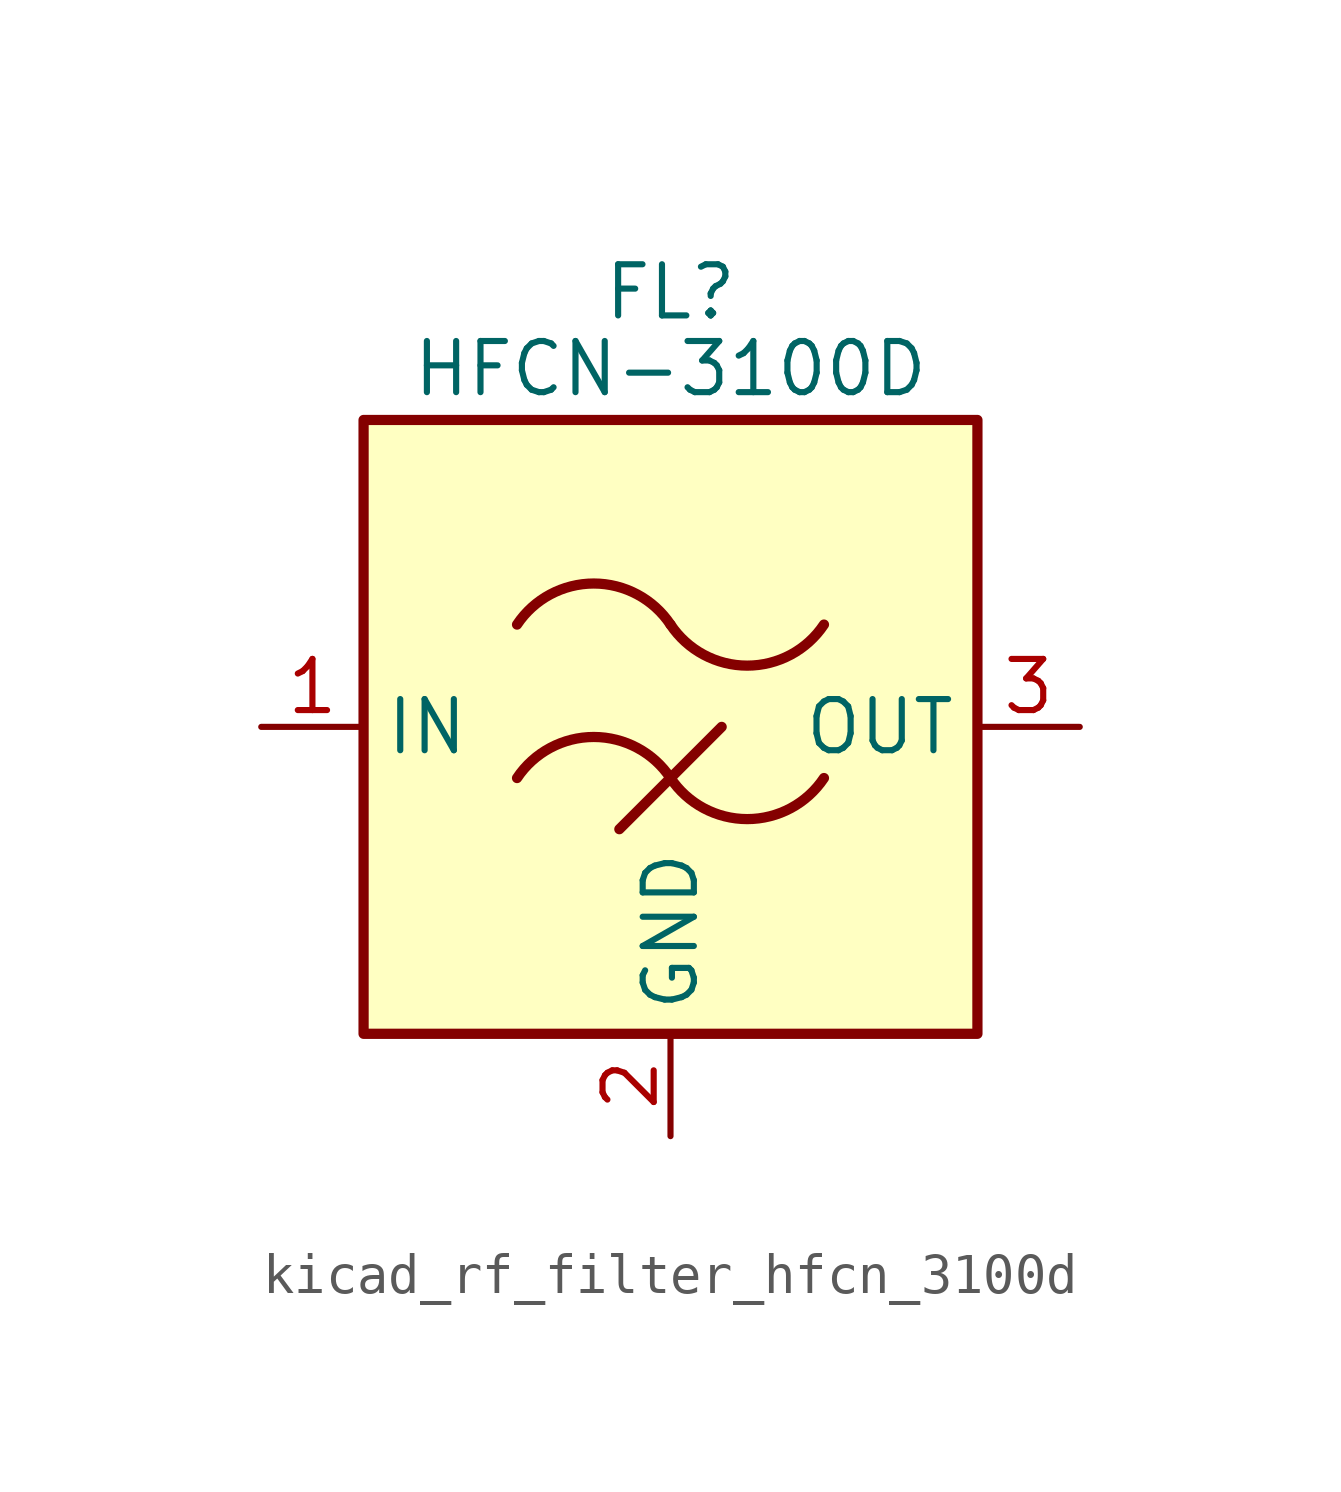
<source format=kicad_sym>
(kicad_symbol_lib
  (version 20220914)
  (generator kicad_symbol_editor)
  (symbol "kicad_rf_filter_hfcn_3100d"
    (property "Reference" "FL"
      (at 0 10.795 0)
      (effects (font (size 1.27 1.27))))
    (property "Value" "HFCN-3100D"
      (at 0 8.89 0)
      (effects (font (size 1.27 1.27))))
    (symbol "kicad_rf_filter_hfcn_3100d_0_1"
      (rectangle (start -7.62 7.62) (end 7.62 -7.62) (stroke (width 0.254) (type default)) (fill (type background)))
      (arc (start 0 -1.27) (mid -1.905 -0.2505) (end -3.81 -1.27) (stroke (width 0.254) (type default)) (fill (type none)))
      (arc (start 0 -1.27) (mid 1.905 -2.2895) (end 3.81 -1.27) (stroke (width 0.254) (type default)) (fill (type none)))
      (polyline (pts (xy -1.27 -2.54) (xy 1.27 0)) (stroke (width 0.254) (type default)) (fill (type none)))
      (arc (start 0 2.54) (mid -1.905 3.5595) (end -3.81 2.54) (stroke (width 0.254) (type default)) (fill (type none)))
      (arc (start 0 2.54) (mid 1.905 1.5205) (end 3.81 2.54) (stroke (width 0.254) (type default)) (fill (type none))))
    (symbol "kicad_rf_filter_hfcn_3100d_1_1"
      (pin passive line (at -10.16 0 0) (length 2.54) (name "IN" (effects (font (size 1.27 1.27)))) (number "1" (effects (font (size 1.27 1.27)))))
      (pin passive line (at 0 -10.16 90) (length 2.54) (name "GND" (effects (font (size 1.27 1.27)))) (number "2" (effects (font (size 1.27 1.27)))))
      (pin passive line (at 10.16 0 180) (length 2.54) (name "OUT" (effects (font (size 1.27 1.27)))) (number "3" (effects (font (size 1.27 1.27)))))
      (pin passive line (at 0 -10.16 90) (length 2.54) hide (name "GND" (effects (font (size 1.27 1.27)))) (number "4" (effects (font (size 1.27 1.27)))))
      (pin passive line (at 0 -10.16 90) (length 2.54) hide (name "GND" (effects (font (size 1.27 1.27)))) (number "5" (effects (font (size 1.27 1.27)))))
      (pin passive line (at 0 -10.16 90) (length 2.54) hide (name "GND" (effects (font (size 1.27 1.27)))) (number "6" (effects (font (size 1.27 1.27))))))))
</source>
